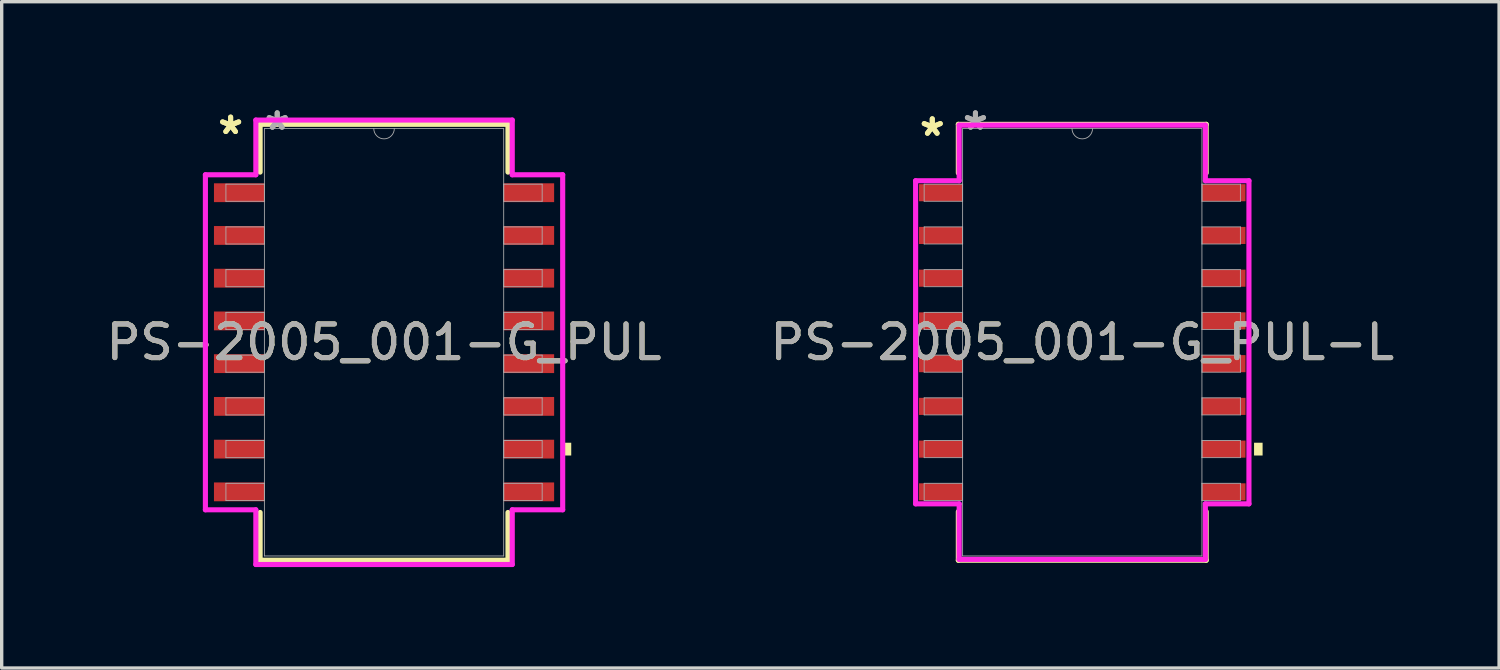
<source format=kicad_pcb>
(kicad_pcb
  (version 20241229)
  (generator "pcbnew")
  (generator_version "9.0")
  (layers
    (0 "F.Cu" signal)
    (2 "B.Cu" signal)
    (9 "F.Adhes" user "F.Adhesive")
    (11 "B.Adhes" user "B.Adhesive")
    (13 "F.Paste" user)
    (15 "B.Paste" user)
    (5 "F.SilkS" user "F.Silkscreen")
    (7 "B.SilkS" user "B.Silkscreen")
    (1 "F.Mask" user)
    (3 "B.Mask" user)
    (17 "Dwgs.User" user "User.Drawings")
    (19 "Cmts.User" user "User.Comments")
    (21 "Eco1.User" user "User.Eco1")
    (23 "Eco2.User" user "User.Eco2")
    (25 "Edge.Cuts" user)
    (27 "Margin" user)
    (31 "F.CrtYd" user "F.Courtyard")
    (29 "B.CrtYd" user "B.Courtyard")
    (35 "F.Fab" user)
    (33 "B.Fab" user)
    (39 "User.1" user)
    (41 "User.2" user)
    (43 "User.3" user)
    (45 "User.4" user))
  (footprint "PS-2005_001-G_PUL-L"
    (layer "F.Cu")
    (at 29.113 7.122)
    (property "Reference" "PS-2005_001-G_PUL-L" (at 0 0 0) (unlocked yes) (layer "F.SilkS") (effects (font (size 1 1) (thickness 0.15))))
    (attr smd)
    (fp_line (start -3.683 -6.477) (end -3.683 -5.032) (stroke (width 0.152) (type solid)) (layer "F.SilkS"))
    (fp_line (start -3.683 5.032) (end -3.683 6.477) (stroke (width 0.152) (type solid)) (layer "F.SilkS"))
    (fp_line (start -3.683 6.477) (end 3.683 6.477) (stroke (width 0.152) (type solid)) (layer "F.SilkS"))
    (fp_line (start 3.683 -6.477) (end -3.683 -6.477) (stroke (width 0.152) (type solid)) (layer "F.SilkS"))
    (fp_line (start 3.683 -5.032) (end 3.683 -6.477) (stroke (width 0.152) (type solid)) (layer "F.SilkS"))
    (fp_line (start 3.683 6.477) (end 3.683 5.032) (stroke (width 0.152) (type solid)) (layer "F.SilkS"))
    (fp_poly (pts (xy 5.359 2.985) (xy 5.359 3.365) (xy 5.105 3.365) (xy 5.105 2.985)) (stroke (width 0) (type solid)) (fill yes) (layer "F.SilkS"))
    (fp_line (start -4.953 -4.801) (end -3.658 -4.801) (stroke (width 0.152) (type solid)) (layer "F.CrtYd"))
    (fp_line (start -4.953 4.801) (end -4.953 -4.801) (stroke (width 0.152) (type solid)) (layer "F.CrtYd"))
    (fp_line (start -4.953 4.801) (end -3.658 4.801) (stroke (width 0.152) (type solid)) (layer "F.CrtYd"))
    (fp_line (start -3.658 -6.452) (end 3.658 -6.452) (stroke (width 0.152) (type solid)) (layer "F.CrtYd"))
    (fp_line (start -3.658 -4.801) (end -3.658 -6.452) (stroke (width 0.152) (type solid)) (layer "F.CrtYd"))
    (fp_line (start -3.658 6.452) (end -3.658 4.801) (stroke (width 0.152) (type solid)) (layer "F.CrtYd"))
    (fp_line (start 3.658 -6.452) (end 3.658 -4.801) (stroke (width 0.152) (type solid)) (layer "F.CrtYd"))
    (fp_line (start 3.658 4.801) (end 3.658 6.452) (stroke (width 0.152) (type solid)) (layer "F.CrtYd"))
    (fp_line (start 3.658 6.452) (end -3.658 6.452) (stroke (width 0.152) (type solid)) (layer "F.CrtYd"))
    (fp_line (start 4.953 -4.801) (end 3.658 -4.801) (stroke (width 0.152) (type solid)) (layer "F.CrtYd"))
    (fp_line (start 4.953 -4.801) (end 4.953 4.801) (stroke (width 0.152) (type solid)) (layer "F.CrtYd"))
    (fp_line (start 4.953 4.801) (end 3.658 4.801) (stroke (width 0.152) (type solid)) (layer "F.CrtYd"))
    (fp_line (start -4.699 -4.699) (end -4.699 -4.191) (stroke (width 0.025) (type solid)) (layer "F.Fab"))
    (fp_line (start -4.699 -4.191) (end -3.556 -4.191) (stroke (width 0.025) (type solid)) (layer "F.Fab"))
    (fp_line (start -4.699 -3.429) (end -4.699 -2.921) (stroke (width 0.025) (type solid)) (layer "F.Fab"))
    (fp_line (start -4.699 -2.921) (end -3.556 -2.921) (stroke (width 0.025) (type solid)) (layer "F.Fab"))
    (fp_line (start -4.699 -2.159) (end -4.699 -1.651) (stroke (width 0.025) (type solid)) (layer "F.Fab"))
    (fp_line (start -4.699 -1.651) (end -3.556 -1.651) (stroke (width 0.025) (type solid)) (layer "F.Fab"))
    (fp_line (start -4.699 -0.889) (end -4.699 -0.381) (stroke (width 0.025) (type solid)) (layer "F.Fab"))
    (fp_line (start -4.699 -0.381) (end -3.556 -0.381) (stroke (width 0.025) (type solid)) (layer "F.Fab"))
    (fp_line (start -4.699 0.381) (end -4.699 0.889) (stroke (width 0.025) (type solid)) (layer "F.Fab"))
    (fp_line (start -4.699 0.889) (end -3.556 0.889) (stroke (width 0.025) (type solid)) (layer "F.Fab"))
    (fp_line (start -4.699 1.651) (end -4.699 2.159) (stroke (width 0.025) (type solid)) (layer "F.Fab"))
    (fp_line (start -4.699 2.159) (end -3.556 2.159) (stroke (width 0.025) (type solid)) (layer "F.Fab"))
    (fp_line (start -4.699 2.921) (end -4.699 3.429) (stroke (width 0.025) (type solid)) (layer "F.Fab"))
    (fp_line (start -4.699 3.429) (end -3.556 3.429) (stroke (width 0.025) (type solid)) (layer "F.Fab"))
    (fp_line (start -4.699 4.191) (end -4.699 4.699) (stroke (width 0.025) (type solid)) (layer "F.Fab"))
    (fp_line (start -4.699 4.699) (end -3.556 4.699) (stroke (width 0.025) (type solid)) (layer "F.Fab"))
    (fp_line (start -3.556 -6.35) (end -3.556 6.35) (stroke (width 0.025) (type solid)) (layer "F.Fab"))
    (fp_line (start -3.556 -4.699) (end -4.699 -4.699) (stroke (width 0.025) (type solid)) (layer "F.Fab"))
    (fp_line (start -3.556 -4.191) (end -3.556 -4.699) (stroke (width 0.025) (type solid)) (layer "F.Fab"))
    (fp_line (start -3.556 -3.429) (end -4.699 -3.429) (stroke (width 0.025) (type solid)) (layer "F.Fab"))
    (fp_line (start -3.556 -2.921) (end -3.556 -3.429) (stroke (width 0.025) (type solid)) (layer "F.Fab"))
    (fp_line (start -3.556 -2.159) (end -4.699 -2.159) (stroke (width 0.025) (type solid)) (layer "F.Fab"))
    (fp_line (start -3.556 -1.651) (end -3.556 -2.159) (stroke (width 0.025) (type solid)) (layer "F.Fab"))
    (fp_line (start -3.556 -0.889) (end -4.699 -0.889) (stroke (width 0.025) (type solid)) (layer "F.Fab"))
    (fp_line (start -3.556 -0.381) (end -3.556 -0.889) (stroke (width 0.025) (type solid)) (layer "F.Fab"))
    (fp_line (start -3.556 0.381) (end -4.699 0.381) (stroke (width 0.025) (type solid)) (layer "F.Fab"))
    (fp_line (start -3.556 0.889) (end -3.556 0.381) (stroke (width 0.025) (type solid)) (layer "F.Fab"))
    (fp_line (start -3.556 1.651) (end -4.699 1.651) (stroke (width 0.025) (type solid)) (layer "F.Fab"))
    (fp_line (start -3.556 2.159) (end -3.556 1.651) (stroke (width 0.025) (type solid)) (layer "F.Fab"))
    (fp_line (start -3.556 2.921) (end -4.699 2.921) (stroke (width 0.025) (type solid)) (layer "F.Fab"))
    (fp_line (start -3.556 3.429) (end -3.556 2.921) (stroke (width 0.025) (type solid)) (layer "F.Fab"))
    (fp_line (start -3.556 4.191) (end -4.699 4.191) (stroke (width 0.025) (type solid)) (layer "F.Fab"))
    (fp_line (start -3.556 4.699) (end -3.556 4.191) (stroke (width 0.025) (type solid)) (layer "F.Fab"))
    (fp_line (start -3.556 6.35) (end 3.556 6.35) (stroke (width 0.025) (type solid)) (layer "F.Fab"))
    (fp_line (start 3.556 -6.35) (end -3.556 -6.35) (stroke (width 0.025) (type solid)) (layer "F.Fab"))
    (fp_line (start 3.556 -4.699) (end 3.556 -4.191) (stroke (width 0.025) (type solid)) (layer "F.Fab"))
    (fp_line (start 3.556 -4.191) (end 4.699 -4.191) (stroke (width 0.025) (type solid)) (layer "F.Fab"))
    (fp_line (start 3.556 -3.429) (end 3.556 -2.921) (stroke (width 0.025) (type solid)) (layer "F.Fab"))
    (fp_line (start 3.556 -2.921) (end 4.699 -2.921) (stroke (width 0.025) (type solid)) (layer "F.Fab"))
    (fp_line (start 3.556 -2.159) (end 3.556 -1.651) (stroke (width 0.025) (type solid)) (layer "F.Fab"))
    (fp_line (start 3.556 -1.651) (end 4.699 -1.651) (stroke (width 0.025) (type solid)) (layer "F.Fab"))
    (fp_line (start 3.556 -0.889) (end 3.556 -0.381) (stroke (width 0.025) (type solid)) (layer "F.Fab"))
    (fp_line (start 3.556 -0.381) (end 4.699 -0.381) (stroke (width 0.025) (type solid)) (layer "F.Fab"))
    (fp_line (start 3.556 0.381) (end 3.556 0.889) (stroke (width 0.025) (type solid)) (layer "F.Fab"))
    (fp_line (start 3.556 0.889) (end 4.699 0.889) (stroke (width 0.025) (type solid)) (layer "F.Fab"))
    (fp_line (start 3.556 1.651) (end 3.556 2.159) (stroke (width 0.025) (type solid)) (layer "F.Fab"))
    (fp_line (start 3.556 2.159) (end 4.699 2.159) (stroke (width 0.025) (type solid)) (layer "F.Fab"))
    (fp_line (start 3.556 2.921) (end 3.556 3.429) (stroke (width 0.025) (type solid)) (layer "F.Fab"))
    (fp_line (start 3.556 3.429) (end 4.699 3.429) (stroke (width 0.025) (type solid)) (layer "F.Fab"))
    (fp_line (start 3.556 4.191) (end 3.556 4.699) (stroke (width 0.025) (type solid)) (layer "F.Fab"))
    (fp_line (start 3.556 4.699) (end 4.699 4.699) (stroke (width 0.025) (type solid)) (layer "F.Fab"))
    (fp_line (start 3.556 6.35) (end 3.556 -6.35) (stroke (width 0.025) (type solid)) (layer "F.Fab"))
    (fp_line (start 4.699 -4.699) (end 3.556 -4.699) (stroke (width 0.025) (type solid)) (layer "F.Fab"))
    (fp_line (start 4.699 -4.191) (end 4.699 -4.699) (stroke (width 0.025) (type solid)) (layer "F.Fab"))
    (fp_line (start 4.699 -3.429) (end 3.556 -3.429) (stroke (width 0.025) (type solid)) (layer "F.Fab"))
    (fp_line (start 4.699 -2.921) (end 4.699 -3.429) (stroke (width 0.025) (type solid)) (layer "F.Fab"))
    (fp_line (start 4.699 -2.159) (end 3.556 -2.159) (stroke (width 0.025) (type solid)) (layer "F.Fab"))
    (fp_line (start 4.699 -1.651) (end 4.699 -2.159) (stroke (width 0.025) (type solid)) (layer "F.Fab"))
    (fp_line (start 4.699 -0.889) (end 3.556 -0.889) (stroke (width 0.025) (type solid)) (layer "F.Fab"))
    (fp_line (start 4.699 -0.381) (end 4.699 -0.889) (stroke (width 0.025) (type solid)) (layer "F.Fab"))
    (fp_line (start 4.699 0.381) (end 3.556 0.381) (stroke (width 0.025) (type solid)) (layer "F.Fab"))
    (fp_line (start 4.699 0.889) (end 4.699 0.381) (stroke (width 0.025) (type solid)) (layer "F.Fab"))
    (fp_line (start 4.699 1.651) (end 3.556 1.651) (stroke (width 0.025) (type solid)) (layer "F.Fab"))
    (fp_line (start 4.699 2.159) (end 4.699 1.651) (stroke (width 0.025) (type solid)) (layer "F.Fab"))
    (fp_line (start 4.699 2.921) (end 3.556 2.921) (stroke (width 0.025) (type solid)) (layer "F.Fab"))
    (fp_line (start 4.699 3.429) (end 4.699 2.921) (stroke (width 0.025) (type solid)) (layer "F.Fab"))
    (fp_line (start 4.699 4.191) (end 3.556 4.191) (stroke (width 0.025) (type solid)) (layer "F.Fab"))
    (fp_line (start 4.699 4.699) (end 4.699 4.191) (stroke (width 0.025) (type solid)) (layer "F.Fab"))
    (fp_arc (start 0.3048 -6.35) (mid 0 -6.0452) (end -0.3048 -6.35) (stroke (width 0.0254) (type solid)) (layer "F.Fab"))
    (fp_text user "*" (at -4.458 -6.096 0) (layer "F.SilkS") (effects (font (size 1 1) (thickness 0.15))))
    (fp_text user "*" (at -4.458 -6.096 0) (unlocked yes) (layer "F.SilkS") (effects (font (size 1 1) (thickness 0.15))))
    (fp_text user "*" (at -3.175 -6.274 0) (layer "F.Fab") (effects (font (size 1 1) (thickness 0.15))))
    (fp_text user "*" (at -3.175 -6.274 0) (unlocked yes) (layer "F.Fab") (effects (font (size 1 1) (thickness 0.15))))
    (fp_text user "${REFERENCE}" (at 0 0 0) (unlocked yes) (layer "F.Fab") (effects (font (size 1 1) (thickness 0.15))))
    (pad "1" smd rect (at -4.204 -4.445) (size 1.295 0.508) (layers "F.Cu" "F.Mask" "F.Paste"))
    (pad "2" smd rect (at -4.204 -3.175) (size 1.295 0.508) (layers "F.Cu" "F.Mask" "F.Paste"))
    (pad "3" smd rect (at -4.204 -1.905) (size 1.295 0.508) (layers "F.Cu" "F.Mask" "F.Paste"))
    (pad "4" smd rect (at -4.204 -0.635) (size 1.295 0.508) (layers "F.Cu" "F.Mask" "F.Paste"))
    (pad "5" smd rect (at -4.204 0.635) (size 1.295 0.508) (layers "F.Cu" "F.Mask" "F.Paste"))
    (pad "6" smd rect (at -4.204 1.905) (size 1.295 0.508) (layers "F.Cu" "F.Mask" "F.Paste"))
    (pad "7" smd rect (at -4.204 3.175) (size 1.295 0.508) (layers "F.Cu" "F.Mask" "F.Paste"))
    (pad "8" smd rect (at -4.204 4.445) (size 1.295 0.508) (layers "F.Cu" "F.Mask" "F.Paste"))
    (pad "9" smd rect (at 4.204 4.445) (size 1.295 0.508) (layers "F.Cu" "F.Mask" "F.Paste"))
    (pad "10" smd rect (at 4.204 3.175) (size 1.295 0.508) (layers "F.Cu" "F.Mask" "F.Paste"))
    (pad "11" smd rect (at 4.204 1.905) (size 1.295 0.508) (layers "F.Cu" "F.Mask" "F.Paste"))
    (pad "12" smd rect (at 4.204 0.635) (size 1.295 0.508) (layers "F.Cu" "F.Mask" "F.Paste"))
    (pad "13" smd rect (at 4.204 -0.635) (size 1.295 0.508) (layers "F.Cu" "F.Mask" "F.Paste"))
    (pad "14" smd rect (at 4.204 -1.905) (size 1.295 0.508) (layers "F.Cu" "F.Mask" "F.Paste"))
    (pad "15" smd rect (at 4.204 -3.175) (size 1.295 0.508) (layers "F.Cu" "F.Mask" "F.Paste"))
    (pad "16" smd rect (at 4.204 -4.445) (size 1.295 0.508) (layers "F.Cu" "F.Mask" "F.Paste")))
  (footprint "PS-2005_001-G_PUL"
    (layer "F.Cu")
    (at 8.363 7.122)
    (property "Reference" "PS-2005_001-G_PUL" (at 0 0 0) (unlocked yes) (layer "F.SilkS") (effects (font (size 1 1) (thickness 0.15))))
    (attr smd)
    (fp_line (start -3.683 -6.477) (end -3.683 -5.057) (stroke (width 0.152) (type solid)) (layer "F.SilkS"))
    (fp_line (start -3.683 5.057) (end -3.683 6.477) (stroke (width 0.152) (type solid)) (layer "F.SilkS"))
    (fp_line (start -3.683 6.477) (end 3.683 6.477) (stroke (width 0.152) (type solid)) (layer "F.SilkS"))
    (fp_line (start 3.683 -6.477) (end -3.683 -6.477) (stroke (width 0.152) (type solid)) (layer "F.SilkS"))
    (fp_line (start 3.683 -5.057) (end 3.683 -6.477) (stroke (width 0.152) (type solid)) (layer "F.SilkS"))
    (fp_line (start 3.683 6.477) (end 3.683 5.057) (stroke (width 0.152) (type solid)) (layer "F.SilkS"))
    (fp_poly (pts (xy 5.563 2.985) (xy 5.563 3.365) (xy 5.309 3.365) (xy 5.309 2.985)) (stroke (width 0) (type solid)) (fill yes) (layer "F.SilkS"))
    (fp_line (start -5.309 -4.978) (end -3.81 -4.978) (stroke (width 0.152) (type solid)) (layer "F.CrtYd"))
    (fp_line (start -5.309 4.978) (end -5.309 -4.978) (stroke (width 0.152) (type solid)) (layer "F.CrtYd"))
    (fp_line (start -5.309 4.978) (end -3.81 4.978) (stroke (width 0.152) (type solid)) (layer "F.CrtYd"))
    (fp_line (start -3.81 -6.604) (end 3.81 -6.604) (stroke (width 0.152) (type solid)) (layer "F.CrtYd"))
    (fp_line (start -3.81 -4.978) (end -3.81 -6.604) (stroke (width 0.152) (type solid)) (layer "F.CrtYd"))
    (fp_line (start -3.81 6.604) (end -3.81 4.978) (stroke (width 0.152) (type solid)) (layer "F.CrtYd"))
    (fp_line (start 3.81 -6.604) (end 3.81 -4.978) (stroke (width 0.152) (type solid)) (layer "F.CrtYd"))
    (fp_line (start 3.81 4.978) (end 3.81 6.604) (stroke (width 0.152) (type solid)) (layer "F.CrtYd"))
    (fp_line (start 3.81 6.604) (end -3.81 6.604) (stroke (width 0.152) (type solid)) (layer "F.CrtYd"))
    (fp_line (start 5.309 -4.978) (end 3.81 -4.978) (stroke (width 0.152) (type solid)) (layer "F.CrtYd"))
    (fp_line (start 5.309 -4.978) (end 5.309 4.978) (stroke (width 0.152) (type solid)) (layer "F.CrtYd"))
    (fp_line (start 5.309 4.978) (end 3.81 4.978) (stroke (width 0.152) (type solid)) (layer "F.CrtYd"))
    (fp_line (start -4.699 -4.699) (end -4.699 -4.191) (stroke (width 0.025) (type solid)) (layer "F.Fab"))
    (fp_line (start -4.699 -4.191) (end -3.556 -4.191) (stroke (width 0.025) (type solid)) (layer "F.Fab"))
    (fp_line (start -4.699 -3.429) (end -4.699 -2.921) (stroke (width 0.025) (type solid)) (layer "F.Fab"))
    (fp_line (start -4.699 -2.921) (end -3.556 -2.921) (stroke (width 0.025) (type solid)) (layer "F.Fab"))
    (fp_line (start -4.699 -2.159) (end -4.699 -1.651) (stroke (width 0.025) (type solid)) (layer "F.Fab"))
    (fp_line (start -4.699 -1.651) (end -3.556 -1.651) (stroke (width 0.025) (type solid)) (layer "F.Fab"))
    (fp_line (start -4.699 -0.889) (end -4.699 -0.381) (stroke (width 0.025) (type solid)) (layer "F.Fab"))
    (fp_line (start -4.699 -0.381) (end -3.556 -0.381) (stroke (width 0.025) (type solid)) (layer "F.Fab"))
    (fp_line (start -4.699 0.381) (end -4.699 0.889) (stroke (width 0.025) (type solid)) (layer "F.Fab"))
    (fp_line (start -4.699 0.889) (end -3.556 0.889) (stroke (width 0.025) (type solid)) (layer "F.Fab"))
    (fp_line (start -4.699 1.651) (end -4.699 2.159) (stroke (width 0.025) (type solid)) (layer "F.Fab"))
    (fp_line (start -4.699 2.159) (end -3.556 2.159) (stroke (width 0.025) (type solid)) (layer "F.Fab"))
    (fp_line (start -4.699 2.921) (end -4.699 3.429) (stroke (width 0.025) (type solid)) (layer "F.Fab"))
    (fp_line (start -4.699 3.429) (end -3.556 3.429) (stroke (width 0.025) (type solid)) (layer "F.Fab"))
    (fp_line (start -4.699 4.191) (end -4.699 4.699) (stroke (width 0.025) (type solid)) (layer "F.Fab"))
    (fp_line (start -4.699 4.699) (end -3.556 4.699) (stroke (width 0.025) (type solid)) (layer "F.Fab"))
    (fp_line (start -3.556 -6.35) (end -3.556 6.35) (stroke (width 0.025) (type solid)) (layer "F.Fab"))
    (fp_line (start -3.556 -4.699) (end -4.699 -4.699) (stroke (width 0.025) (type solid)) (layer "F.Fab"))
    (fp_line (start -3.556 -4.191) (end -3.556 -4.699) (stroke (width 0.025) (type solid)) (layer "F.Fab"))
    (fp_line (start -3.556 -3.429) (end -4.699 -3.429) (stroke (width 0.025) (type solid)) (layer "F.Fab"))
    (fp_line (start -3.556 -2.921) (end -3.556 -3.429) (stroke (width 0.025) (type solid)) (layer "F.Fab"))
    (fp_line (start -3.556 -2.159) (end -4.699 -2.159) (stroke (width 0.025) (type solid)) (layer "F.Fab"))
    (fp_line (start -3.556 -1.651) (end -3.556 -2.159) (stroke (width 0.025) (type solid)) (layer "F.Fab"))
    (fp_line (start -3.556 -0.889) (end -4.699 -0.889) (stroke (width 0.025) (type solid)) (layer "F.Fab"))
    (fp_line (start -3.556 -0.381) (end -3.556 -0.889) (stroke (width 0.025) (type solid)) (layer "F.Fab"))
    (fp_line (start -3.556 0.381) (end -4.699 0.381) (stroke (width 0.025) (type solid)) (layer "F.Fab"))
    (fp_line (start -3.556 0.889) (end -3.556 0.381) (stroke (width 0.025) (type solid)) (layer "F.Fab"))
    (fp_line (start -3.556 1.651) (end -4.699 1.651) (stroke (width 0.025) (type solid)) (layer "F.Fab"))
    (fp_line (start -3.556 2.159) (end -3.556 1.651) (stroke (width 0.025) (type solid)) (layer "F.Fab"))
    (fp_line (start -3.556 2.921) (end -4.699 2.921) (stroke (width 0.025) (type solid)) (layer "F.Fab"))
    (fp_line (start -3.556 3.429) (end -3.556 2.921) (stroke (width 0.025) (type solid)) (layer "F.Fab"))
    (fp_line (start -3.556 4.191) (end -4.699 4.191) (stroke (width 0.025) (type solid)) (layer "F.Fab"))
    (fp_line (start -3.556 4.699) (end -3.556 4.191) (stroke (width 0.025) (type solid)) (layer "F.Fab"))
    (fp_line (start -3.556 6.35) (end 3.556 6.35) (stroke (width 0.025) (type solid)) (layer "F.Fab"))
    (fp_line (start 3.556 -6.35) (end -3.556 -6.35) (stroke (width 0.025) (type solid)) (layer "F.Fab"))
    (fp_line (start 3.556 -4.699) (end 3.556 -4.191) (stroke (width 0.025) (type solid)) (layer "F.Fab"))
    (fp_line (start 3.556 -4.191) (end 4.699 -4.191) (stroke (width 0.025) (type solid)) (layer "F.Fab"))
    (fp_line (start 3.556 -3.429) (end 3.556 -2.921) (stroke (width 0.025) (type solid)) (layer "F.Fab"))
    (fp_line (start 3.556 -2.921) (end 4.699 -2.921) (stroke (width 0.025) (type solid)) (layer "F.Fab"))
    (fp_line (start 3.556 -2.159) (end 3.556 -1.651) (stroke (width 0.025) (type solid)) (layer "F.Fab"))
    (fp_line (start 3.556 -1.651) (end 4.699 -1.651) (stroke (width 0.025) (type solid)) (layer "F.Fab"))
    (fp_line (start 3.556 -0.889) (end 3.556 -0.381) (stroke (width 0.025) (type solid)) (layer "F.Fab"))
    (fp_line (start 3.556 -0.381) (end 4.699 -0.381) (stroke (width 0.025) (type solid)) (layer "F.Fab"))
    (fp_line (start 3.556 0.381) (end 3.556 0.889) (stroke (width 0.025) (type solid)) (layer "F.Fab"))
    (fp_line (start 3.556 0.889) (end 4.699 0.889) (stroke (width 0.025) (type solid)) (layer "F.Fab"))
    (fp_line (start 3.556 1.651) (end 3.556 2.159) (stroke (width 0.025) (type solid)) (layer "F.Fab"))
    (fp_line (start 3.556 2.159) (end 4.699 2.159) (stroke (width 0.025) (type solid)) (layer "F.Fab"))
    (fp_line (start 3.556 2.921) (end 3.556 3.429) (stroke (width 0.025) (type solid)) (layer "F.Fab"))
    (fp_line (start 3.556 3.429) (end 4.699 3.429) (stroke (width 0.025) (type solid)) (layer "F.Fab"))
    (fp_line (start 3.556 4.191) (end 3.556 4.699) (stroke (width 0.025) (type solid)) (layer "F.Fab"))
    (fp_line (start 3.556 4.699) (end 4.699 4.699) (stroke (width 0.025) (type solid)) (layer "F.Fab"))
    (fp_line (start 3.556 6.35) (end 3.556 -6.35) (stroke (width 0.025) (type solid)) (layer "F.Fab"))
    (fp_line (start 4.699 -4.699) (end 3.556 -4.699) (stroke (width 0.025) (type solid)) (layer "F.Fab"))
    (fp_line (start 4.699 -4.191) (end 4.699 -4.699) (stroke (width 0.025) (type solid)) (layer "F.Fab"))
    (fp_line (start 4.699 -3.429) (end 3.556 -3.429) (stroke (width 0.025) (type solid)) (layer "F.Fab"))
    (fp_line (start 4.699 -2.921) (end 4.699 -3.429) (stroke (width 0.025) (type solid)) (layer "F.Fab"))
    (fp_line (start 4.699 -2.159) (end 3.556 -2.159) (stroke (width 0.025) (type solid)) (layer "F.Fab"))
    (fp_line (start 4.699 -1.651) (end 4.699 -2.159) (stroke (width 0.025) (type solid)) (layer "F.Fab"))
    (fp_line (start 4.699 -0.889) (end 3.556 -0.889) (stroke (width 0.025) (type solid)) (layer "F.Fab"))
    (fp_line (start 4.699 -0.381) (end 4.699 -0.889) (stroke (width 0.025) (type solid)) (layer "F.Fab"))
    (fp_line (start 4.699 0.381) (end 3.556 0.381) (stroke (width 0.025) (type solid)) (layer "F.Fab"))
    (fp_line (start 4.699 0.889) (end 4.699 0.381) (stroke (width 0.025) (type solid)) (layer "F.Fab"))
    (fp_line (start 4.699 1.651) (end 3.556 1.651) (stroke (width 0.025) (type solid)) (layer "F.Fab"))
    (fp_line (start 4.699 2.159) (end 4.699 1.651) (stroke (width 0.025) (type solid)) (layer "F.Fab"))
    (fp_line (start 4.699 2.921) (end 3.556 2.921) (stroke (width 0.025) (type solid)) (layer "F.Fab"))
    (fp_line (start 4.699 3.429) (end 4.699 2.921) (stroke (width 0.025) (type solid)) (layer "F.Fab"))
    (fp_line (start 4.699 4.191) (end 3.556 4.191) (stroke (width 0.025) (type solid)) (layer "F.Fab"))
    (fp_line (start 4.699 4.699) (end 4.699 4.191) (stroke (width 0.025) (type solid)) (layer "F.Fab"))
    (fp_arc (start 0.3048 -6.35) (mid 0 -6.0452) (end -0.3048 -6.35) (stroke (width 0.0254) (type solid)) (layer "F.Fab"))
    (fp_text user "*" (at -4.559 -6.147 0) (unlocked yes) (layer "F.SilkS") (effects (font (size 1 1) (thickness 0.15))))
    (fp_text user "*" (at -4.559 -6.147 0) (layer "F.SilkS") (effects (font (size 1 1) (thickness 0.15))))
    (fp_text user "*" (at -3.175 -6.274 0) (layer "F.Fab") (effects (font (size 1 1) (thickness 0.15))))
    (fp_text user "*" (at -3.175 -6.274 0) (unlocked yes) (layer "F.Fab") (effects (font (size 1 1) (thickness 0.15))))
    (fp_text user "${REFERENCE}" (at 0 0 0) (unlocked yes) (layer "F.Fab") (effects (font (size 1 1) (thickness 0.15))))
    (pad "1" smd rect (at -4.305 -4.445) (size 1.499 0.559) (layers "F.Cu" "F.Mask" "F.Paste"))
    (pad "2" smd rect (at -4.305 -3.175) (size 1.499 0.559) (layers "F.Cu" "F.Mask" "F.Paste"))
    (pad "3" smd rect (at -4.305 -1.905) (size 1.499 0.559) (layers "F.Cu" "F.Mask" "F.Paste"))
    (pad "4" smd rect (at -4.305 -0.635) (size 1.499 0.559) (layers "F.Cu" "F.Mask" "F.Paste"))
    (pad "5" smd rect (at -4.305 0.635) (size 1.499 0.559) (layers "F.Cu" "F.Mask" "F.Paste"))
    (pad "6" smd rect (at -4.305 1.905) (size 1.499 0.559) (layers "F.Cu" "F.Mask" "F.Paste"))
    (pad "7" smd rect (at -4.305 3.175) (size 1.499 0.559) (layers "F.Cu" "F.Mask" "F.Paste"))
    (pad "8" smd rect (at -4.305 4.445) (size 1.499 0.559) (layers "F.Cu" "F.Mask" "F.Paste"))
    (pad "9" smd rect (at 4.305 4.445) (size 1.499 0.559) (layers "F.Cu" "F.Mask" "F.Paste"))
    (pad "10" smd rect (at 4.305 3.175) (size 1.499 0.559) (layers "F.Cu" "F.Mask" "F.Paste"))
    (pad "11" smd rect (at 4.305 1.905) (size 1.499 0.559) (layers "F.Cu" "F.Mask" "F.Paste"))
    (pad "12" smd rect (at 4.305 0.635) (size 1.499 0.559) (layers "F.Cu" "F.Mask" "F.Paste"))
    (pad "13" smd rect (at 4.305 -0.635) (size 1.499 0.559) (layers "F.Cu" "F.Mask" "F.Paste"))
    (pad "14" smd rect (at 4.305 -1.905) (size 1.499 0.559) (layers "F.Cu" "F.Mask" "F.Paste"))
    (pad "15" smd rect (at 4.305 -3.175) (size 1.499 0.559) (layers "F.Cu" "F.Mask" "F.Paste"))
    (pad "16" smd rect (at 4.305 -4.445) (size 1.499 0.559) (layers "F.Cu" "F.Mask" "F.Paste")))
  (gr_rect
    (start -3 -3)
    (end 41.5 16.802)
    (stroke (width 0.1) (type default))
    (fill no)
    (layer "Edge.Cuts")))
</source>
